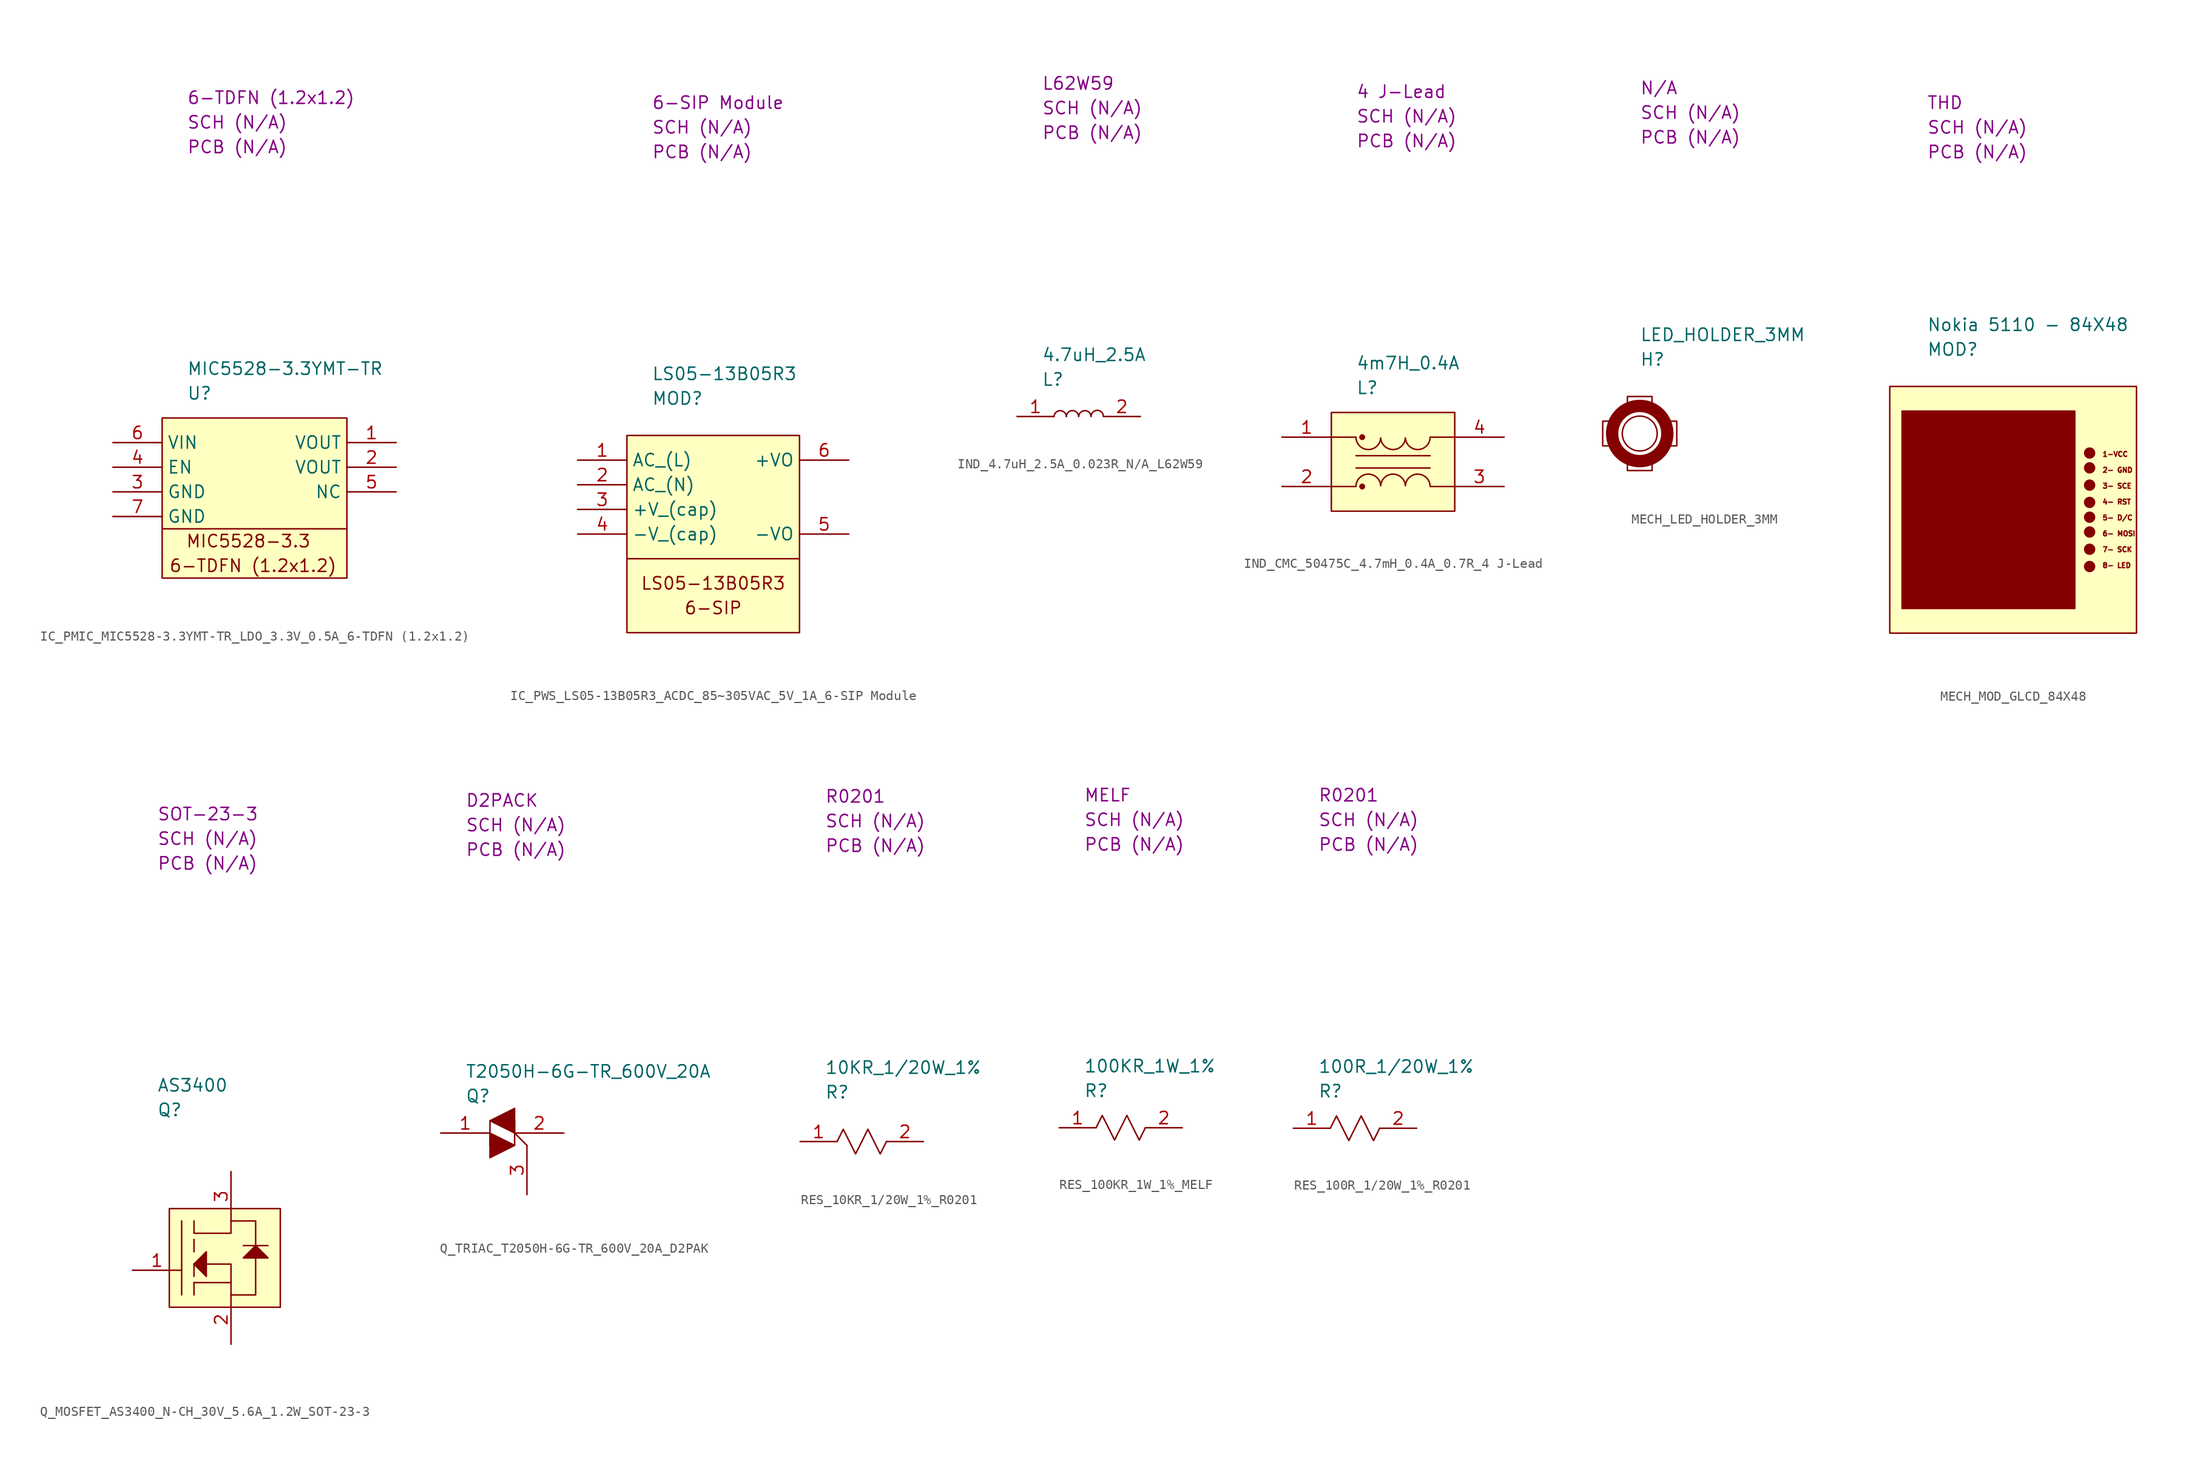
<source format=kicad_sym>
(kicad_symbol_lib
  (version 20220914)
  (generator kicad_symbol_editor)
  (symbol "IC_PMIC_MIC5528-3.3YMT-TR_LDO_3.3V_0.5A_6-TDFN (1.2x1.2)"
    (property "Reference" "U"
      (at 2.54 2.54 0)
      (effects (font (size 1.27 1.27)) (justify left)))
    (property "Value" "MIC5528-3.3YMT-TR"
      (at 2.54 5.08 0)
      (effects (font (size 1.27 1.27)) (justify left)))
    (property "SCH CHECK" "SCH (N/A)"
      (at 2.54 30.48 0)
      (effects (font (size 1.27 1.27)) (justify left)))
    (property "Package" "6-TDFN (1.2x1.2)"
      (at 2.54 33.02 0)
      (effects (font (size 1.27 1.27)) (justify left)))
    (property "PCB CHECk" "PCB (N/A)"
      (at 2.54 27.94 0)
      (effects (font (size 1.27 1.27)) (justify left)))
    (symbol "IC_PMIC_MIC5528-3.3YMT-TR_LDO_3.3V_0.5A_6-TDFN (1.2x1.2)_0_0"
      (polyline (pts (xy 0 -11.43) (xy 19.05 -11.43)) (stroke (width 0) (type default)) (fill (type none)))
      (rectangle (start 0 0) (end 19.05 -16.51) (stroke (width 0) (type default)) (fill (type background)))
      (text " 6-TDFN (1.2x1.2)" (at 8.89 -15.24 0) (effects (font (size 1.27 1.27))))
      (text "MIC5528-3.3" (at 8.89 -12.7 0) (effects (font (size 1.27 1.27)))))
    (symbol "IC_PMIC_MIC5528-3.3YMT-TR_LDO_3.3V_0.5A_6-TDFN (1.2x1.2)_1_1"
      (pin passive line (at 24.13 -2.54 180) (length 5.08) (name "VOUT" (effects (font (size 1.27 1.27)))) (number "1" (effects (font (size 1.27 1.27)))))
      (pin passive line (at 24.13 -5.08 180) (length 5.08) (name "VOUT" (effects (font (size 1.27 1.27)))) (number "2" (effects (font (size 1.27 1.27)))))
      (pin passive line (at -5.08 -7.62 0) (length 5.08) (name "GND" (effects (font (size 1.27 1.27)))) (number "3" (effects (font (size 1.27 1.27)))))
      (pin passive line (at -5.08 -5.08 0) (length 5.08) (name "EN" (effects (font (size 1.27 1.27)))) (number "4" (effects (font (size 1.27 1.27)))))
      (pin passive line (at 24.13 -7.62 180) (length 5.08) (name "NC" (effects (font (size 1.27 1.27)))) (number "5" (effects (font (size 1.27 1.27)))))
      (pin passive line (at -5.08 -2.54 0) (length 5.08) (name "VIN" (effects (font (size 1.27 1.27)))) (number "6" (effects (font (size 1.27 1.27)))))
      (pin passive line (at -5.08 -10.16 0) (length 5.08) (name "GND" (effects (font (size 1.27 1.27)))) (number "7" (effects (font (size 1.27 1.27)))))))
  (symbol "IC_PWS_LS05-13B05R3_ACDC_85~305VAC_5V_1A_6-SIP Module"
    (property "Reference" "MOD"
      (at 2.54 3.81 0)
      (effects (font (size 1.27 1.27)) (justify left)))
    (property "Value" "LS05-13B05R3"
      (at 2.54 6.35 0)
      (effects (font (size 1.27 1.27)) (justify left)))
    (property "SCH CHECK" "SCH (N/A)"
      (at 2.54 31.75 0)
      (effects (font (size 1.27 1.27)) (justify left)))
    (property "Package" "6-SIP Module"
      (at 2.54 34.29 0)
      (effects (font (size 1.27 1.27)) (justify left)))
    (property "PCB CHECk" "PCB (N/A)"
      (at 2.54 29.21 0)
      (effects (font (size 1.27 1.27)) (justify left)))
    (symbol "IC_PWS_LS05-13B05R3_ACDC_85~305VAC_5V_1A_6-SIP Module_0_0"
      (text "6-SIP" (at 8.89 -17.78 0) (effects (font (size 1.27 1.27))))
      (text "LS05-13B05R3" (at 8.89 -15.24 0) (effects (font (size 1.27 1.27)))))
    (symbol "IC_PWS_LS05-13B05R3_ACDC_85~305VAC_5V_1A_6-SIP Module_0_1"
      (polyline (pts (xy 0 -12.7) (xy 17.78 -12.7)) (stroke (width 0) (type default)) (fill (type none)))
      (rectangle (start 0 0) (end 17.78 -20.32) (stroke (width 0) (type default)) (fill (type background))))
    (symbol "IC_PWS_LS05-13B05R3_ACDC_85~305VAC_5V_1A_6-SIP Module_1_1"
      (pin passive line (at -5.08 -2.54 0) (length 5.08) (name "AC_(L)" (effects (font (size 1.27 1.27)))) (number "1" (effects (font (size 1.27 1.27)))))
      (pin passive line (at -5.08 -5.08 0) (length 5.08) (name "AC_(N)" (effects (font (size 1.27 1.27)))) (number "2" (effects (font (size 1.27 1.27)))))
      (pin passive line (at -5.08 -7.62 0) (length 5.08) (name "+V_(cap)" (effects (font (size 1.27 1.27)))) (number "3" (effects (font (size 1.27 1.27)))))
      (pin passive line (at -5.08 -10.16 0) (length 5.08) (name "-V_(cap)" (effects (font (size 1.27 1.27)))) (number "4" (effects (font (size 1.27 1.27)))))
      (pin passive line (at 22.86 -10.16 180) (length 5.08) (name "-VO" (effects (font (size 1.27 1.27)))) (number "5" (effects (font (size 1.27 1.27)))))
      (pin passive line (at 22.86 -2.54 180) (length 5.08) (name "+VO" (effects (font (size 1.27 1.27)))) (number "6" (effects (font (size 1.27 1.27)))))))
  (symbol "IND_4.7uH_2.5A_0.023R_N/A_L62W59"
    (property "Reference" "L"
      (at 2.54 3.81 0)
      (effects (font (size 1.27 1.27)) (justify left)))
    (property "Value" "4.7uH_2.5A"
      (at 2.54 6.35 0)
      (effects (font (size 1.27 1.27)) (justify left)))
    (property "SCH CHECK" "SCH (N/A)"
      (at 2.54 31.75 0)
      (effects (font (size 1.27 1.27)) (justify left)))
    (property "Package" "L62W59"
      (at 2.54 34.29 0)
      (effects (font (size 1.27 1.27)) (justify left)))
    (property "PCB CHECk" "PCB (N/A)"
      (at 2.54 29.21 0)
      (effects (font (size 1.27 1.27)) (justify left)))
    (symbol "IND_4.7uH_2.5A_0.023R_N/A_L62W59_0_1"
      (arc (start 5.08 0) (mid 4.445 0.6021) (end 3.81 0) (stroke (width 0) (type default)) (fill (type none)))
      (arc (start 6.3444 0.0087) (mid 5.7094 0.6108) (end 5.0744 0.0087) (stroke (width 0) (type default)) (fill (type none)))
      (arc (start 7.6226 0.0021) (mid 6.9876 0.6042) (end 6.3526 0.0021) (stroke (width 0) (type default)) (fill (type none)))
      (arc (start 8.8943 0.0338) (mid 8.2593 0.6359) (end 7.6243 0.0338) (stroke (width 0) (type default)) (fill (type none))))
    (symbol "IND_4.7uH_2.5A_0.023R_N/A_L62W59_1_1"
      (pin passive line (at 0 0 0) (length 3.81) (name "" (effects (font (size 1.27 1.27)))) (number "1" (effects (font (size 1.27 1.27)))))
      (pin passive line (at 12.7 0 180) (length 3.81) (name "" (effects (font (size 1.27 1.27)))) (number "2" (effects (font (size 1.27 1.27)))))))
  (symbol "IND_CMC_50475C_4.7mH_0.4A_0.7R_4 J-Lead"
    (property "Reference" "L"
      (at 2.54 2.54 0)
      (effects (font (size 1.27 1.27)) (justify left)))
    (property "Value" "4m7H_0.4A"
      (at 2.54 5.08 0)
      (effects (font (size 1.27 1.27)) (justify left)))
    (property "SCH CHECK" "SCH (N/A)"
      (at 2.54 30.48 0)
      (effects (font (size 1.27 1.27)) (justify left)))
    (property "Package" "4 J-Lead"
      (at 2.54 33.02 0)
      (effects (font (size 1.27 1.27)) (justify left)))
    (property "PCB CHECk" "PCB (N/A)"
      (at 2.54 27.94 0)
      (effects (font (size 1.27 1.27)) (justify left)))
    (symbol "IND_CMC_50475C_4.7mH_0.4A_0.7R_4 J-Lead_0_1"
      (polyline (pts (xy 0 -2.54) (xy 2.54 -2.54)) (stroke (width 0) (type default)) (fill (type none)))
      (polyline (pts (xy 2.54 -7.62) (xy 0 -7.62)) (stroke (width 0) (type default)) (fill (type none)))
      (polyline (pts (xy 2.54 -5.715) (xy 10.16 -5.715)) (stroke (width 0) (type default)) (fill (type none)))
      (polyline (pts (xy 2.54 -4.445) (xy 10.16 -4.445)) (stroke (width 0) (type default)) (fill (type none)))
      (polyline (pts (xy 10.16 -2.54) (xy 12.7 -2.54)) (stroke (width 0) (type default)) (fill (type none)))
      (polyline (pts (xy 12.7 -7.62) (xy 10.16 -7.62)) (stroke (width 0) (type default)) (fill (type none)))
      (rectangle (start 0 0) (end 12.7 -10.16) (stroke (width 0) (type default)) (fill (type background)))
      (arc (start 2.54 -2.6396) (mid 3.81 -3.8139) (end 5.08 -2.6396) (stroke (width 0) (type default)) (fill (type none)))
      (circle (center 3.175 -7.62) (radius 0.231) (stroke (width 0) (type default)) (fill (type outline)))
      (circle (center 3.175 -2.54) (radius 0.231) (stroke (width 0) (type default)) (fill (type outline)))
      (arc (start 5.08 -7.5204) (mid 3.81 -6.3461) (end 2.54 -7.5204) (stroke (width 0) (type default)) (fill (type none)))
      (arc (start 5.08 -2.6396) (mid 6.35 -3.8139) (end 7.62 -2.6396) (stroke (width 0) (type default)) (fill (type none)))
      (arc (start 7.62 -7.5204) (mid 6.35 -6.3461) (end 5.08 -7.5204) (stroke (width 0) (type default)) (fill (type none)))
      (arc (start 7.62 -2.6396) (mid 8.89 -3.8139) (end 10.16 -2.6396) (stroke (width 0) (type default)) (fill (type none)))
      (arc (start 10.16 -7.5204) (mid 8.89 -6.3461) (end 7.62 -7.5204) (stroke (width 0) (type default)) (fill (type none))))
    (symbol "IND_CMC_50475C_4.7mH_0.4A_0.7R_4 J-Lead_1_1"
      (pin passive line (at -5.08 -2.54 0) (length 5.08) (name "" (effects (font (size 1.27 1.27)))) (number "1" (effects (font (size 1.27 1.27)))))
      (pin passive line (at -5.08 -7.62 0) (length 5.08) (name "" (effects (font (size 1.27 1.27)))) (number "2" (effects (font (size 1.27 1.27)))))
      (pin passive line (at 17.78 -7.62 180) (length 5.08) (name "" (effects (font (size 1.27 1.27)))) (number "3" (effects (font (size 1.27 1.27)))))
      (pin passive line (at 17.78 -2.54 180) (length 5.08) (name "" (effects (font (size 1.27 1.27)))) (number "4" (effects (font (size 1.27 1.27)))))))
  (symbol "MECH_LED_HOLDER_3MM"
    (property "Reference" "H"
      (at 3.81 3.81 0)
      (effects (font (size 1.27 1.27)) (justify left)))
    (property "Value" "LED_HOLDER_3MM"
      (at 3.81 6.35 0)
      (effects (font (size 1.27 1.27)) (justify left)))
    (property "SCH CHECK" "SCH (N/A)"
      (at 3.81 29.21 0)
      (effects (font (size 1.27 1.27)) (justify left)))
    (property "Package" "N/A"
      (at 3.81 31.75 0)
      (effects (font (size 1.27 1.27)) (justify left)))
    (property "PCB CHECk" "PCB (N/A)"
      (at 3.81 26.67 0)
      (effects (font (size 1.27 1.27)) (justify left)))
    (symbol "MECH_LED_HOLDER_3MM_0_1"
      (polyline (pts (xy 1.27 -5.08) (xy 0 -5.08) (xy 0 -2.54) (xy 1.27 -2.54)) (stroke (width 0) (type default)) (fill (type none)))
      (polyline (pts (xy 2.54 -1.27) (xy 2.54 0) (xy 5.08 0) (xy 5.08 -1.27)) (stroke (width 0) (type default)) (fill (type none)))
      (polyline (pts (xy 5.08 -6.35) (xy 5.08 -7.62) (xy 2.54 -7.62) (xy 2.54 -6.35)) (stroke (width 0) (type default)) (fill (type none)))
      (polyline (pts (xy 6.35 -2.54) (xy 7.62 -2.54) (xy 7.62 -5.08) (xy 6.35 -5.08)) (stroke (width 0) (type default)) (fill (type none)))
      (circle (center 3.81 -3.81) (radius 1.796) (stroke (width 0) (type default)) (fill (type none)))
      (circle (center 3.81 -3.81) (radius 2.84) (stroke (width 1.27) (type default)) (fill (type none)))))
  (symbol "MECH_MOD_GLCD_84X48"
    (property "Reference" "MOD"
      (at 3.81 3.81 0)
      (effects (font (size 1.27 1.27)) (justify left)))
    (property "Value" "Nokia 5110 - 84X48"
      (at 3.81 6.35 0)
      (effects (font (size 1.27 1.27)) (justify left)))
    (property "SCH CHECK" "SCH (N/A)"
      (at 3.81 26.67 0)
      (effects (font (size 1.27 1.27)) (justify left)))
    (property "Package" "THD"
      (at 3.81 29.21 0)
      (effects (font (size 1.27 1.27)) (justify left)))
    (property "PCB CHECk" "PCB (N/A)"
      (at 3.81 24.13 0)
      (effects (font (size 1.27 1.27)) (justify left)))
    (symbol "MECH_MOD_GLCD_84X48_0_1"
      (rectangle (start 0 0) (end 25.4 -25.4) (stroke (width 0) (type default)) (fill (type background)))
      (rectangle (start 1.27 -2.54) (end 19.05 -22.86) (stroke (width 0) (type default)) (fill (type outline)))
      (circle (center 20.574 -18.542) (radius 0.508) (stroke (width 0) (type default)) (fill (type outline)))
      (circle (center 20.574 -16.764) (radius 0.508) (stroke (width 0) (type default)) (fill (type outline)))
      (circle (center 20.574 -14.986) (radius 0.508) (stroke (width 0) (type default)) (fill (type outline)))
      (circle (center 20.574 -13.462) (radius 0.508) (stroke (width 0) (type default)) (fill (type outline)))
      (circle (center 20.574 -11.938) (radius 0.508) (stroke (width 0) (type default)) (fill (type outline)))
      (circle (center 20.574 -10.16) (radius 0.508) (stroke (width 0) (type default)) (fill (type outline)))
      (circle (center 20.574 -8.382) (radius 0.508) (stroke (width 0) (type default)) (fill (type outline)))
      (circle (center 20.574 -6.858) (radius 0.508) (stroke (width 0) (type default)) (fill (type outline)))
      (text "1-VCC\n\n2- GND\n\n3- SCE\n\n4- RST\n\n5- D/C\n\n6- MOSI\n\n7- SCK\n\n8- LED" (at 21.844 -12.7 0) (effects (font (size 0.508 0.508)) (justify left)))))
  (symbol "Q_MOSFET_AS3400_N-CH_30V_5.6A_1.2W_SOT-23-3"
    (property "Reference" "Q"
      (at 2.54 6.35 0)
      (effects (font (size 1.27 1.27)) (justify left)))
    (property "Value" "AS3400"
      (at 2.54 8.89 0)
      (effects (font (size 1.27 1.27)) (justify left)))
    (property "SCH CHECK" "SCH (N/A)"
      (at 2.54 34.29 0)
      (effects (font (size 1.27 1.27)) (justify left)))
    (property "Package" "SOT-23-3"
      (at 2.54 36.83 0)
      (effects (font (size 1.27 1.27)) (justify left)))
    (property "PCB CHECk" "PCB (N/A)"
      (at 2.54 31.75 0)
      (effects (font (size 1.27 1.27)) (justify left)))
    (symbol "Q_MOSFET_AS3400_N-CH_30V_5.6A_1.2W_SOT-23-3_0_1"
      (polyline (pts (xy 5.08 -5.08) (xy 5.08 -12.7)) (stroke (width 0) (type default)) (fill (type none)))
      (polyline (pts (xy 6.35 -11.43) (xy 6.35 -12.7)) (stroke (width 0) (type default)) (fill (type none)))
      (polyline (pts (xy 6.35 -9.525) (xy 6.35 -10.795)) (stroke (width 0) (type default)) (fill (type none)))
      (polyline (pts (xy 6.35 -6.985) (xy 6.35 -8.255)) (stroke (width 0) (type default)) (fill (type none)))
      (polyline (pts (xy 6.35 -5.08) (xy 6.35 -6.35)) (stroke (width 0) (type default)) (fill (type none)))
      (polyline (pts (xy 11.43 -7.62) (xy 13.97 -7.62)) (stroke (width 0) (type default)) (fill (type none)))
      (polyline (pts (xy 6.35 -11.43) (xy 10.16 -11.43) (xy 10.16 -12.7)) (stroke (width 0) (type default)) (fill (type none)))
      (polyline (pts (xy 6.35 -6.35) (xy 10.16 -6.35) (xy 10.16 -5.08)) (stroke (width 0) (type default)) (fill (type none)))
      (polyline (pts (xy 10.16 -11.43) (xy 10.16 -9.525) (xy 6.35 -9.525)) (stroke (width 0) (type default)) (fill (type none)))
      (polyline (pts (xy 7.62 -8.255) (xy 6.35 -9.525) (xy 7.62 -10.795) (xy 7.62 -8.255)) (stroke (width 0) (type default)) (fill (type outline)))
      (polyline (pts (xy 10.16 -12.7) (xy 12.7 -12.7) (xy 12.7 -5.08) (xy 10.16 -5.08)) (stroke (width 0) (type default)) (fill (type none)))
      (polyline (pts (xy 11.43 -8.89) (xy 12.7 -7.62) (xy 13.97 -8.89) (xy 11.43 -8.89)) (stroke (width 0) (type default)) (fill (type outline)))
      (rectangle (start 3.81 -3.81) (end 15.24 -13.97) (stroke (width 0) (type default)) (fill (type background))))
    (symbol "Q_MOSFET_AS3400_N-CH_30V_5.6A_1.2W_SOT-23-3_1_1"
      (pin passive line (at 0 -10.16 0) (length 5.08) (name "" (effects (font (size 1.27 1.27)))) (number "1" (effects (font (size 1.27 1.27)))))
      (pin passive line (at 10.16 -17.78 90) (length 5.08) (name "" (effects (font (size 1.27 1.27)))) (number "2" (effects (font (size 1.27 1.27)))))
      (pin passive line (at 10.16 0 270) (length 5.08) (name "" (effects (font (size 1.27 1.27)))) (number "3" (effects (font (size 1.27 1.27)))))))
  (symbol "Q_TRIAC_T2050H-6G-TR_600V_20A_D2PAK"
    (property "Reference" "Q"
      (at 2.54 3.81 0)
      (effects (font (size 1.27 1.27)) (justify left)))
    (property "Value" "T2050H-6G-TR_600V_20A"
      (at 2.54 6.35 0)
      (effects (font (size 1.27 1.27)) (justify left)))
    (property "SCH CHECK" "SCH (N/A)"
      (at 2.54 31.75 0)
      (effects (font (size 1.27 1.27)) (justify left)))
    (property "Package" "D2PACK"
      (at 2.54 34.29 0)
      (effects (font (size 1.27 1.27)) (justify left)))
    (property "PCB CHECk" "PCB (N/A)"
      (at 2.54 29.21 0)
      (effects (font (size 1.27 1.27)) (justify left)))
    (symbol "Q_TRIAC_T2050H-6G-TR_600V_20A_D2PAK_0_1"
      (polyline (pts (xy 5.08 1.27) (xy 5.08 -1.27)) (stroke (width 0) (type default)) (fill (type none)))
      (polyline (pts (xy 7.62 0) (xy 8.89 -1.27)) (stroke (width 0) (type default)) (fill (type none)))
      (polyline (pts (xy 7.62 1.27) (xy 7.62 -1.27)) (stroke (width 0) (type default)) (fill (type none)))
      (polyline (pts (xy 5.08 0) (xy 7.62 -1.27) (xy 5.08 -2.54) (xy 5.08 0)) (stroke (width 0) (type default)) (fill (type outline)))
      (polyline (pts (xy 5.08 1.27) (xy 7.62 0) (xy 7.62 2.54) (xy 5.08 1.27)) (stroke (width 0) (type default)) (fill (type outline))))
    (symbol "Q_TRIAC_T2050H-6G-TR_600V_20A_D2PAK_1_1"
      (pin passive line (at 0 0 0) (length 5.08) (name "" (effects (font (size 1.27 1.27)))) (number "1" (effects (font (size 1.27 1.27)))))
      (pin passive line (at 12.7 0 180) (length 5.08) (name "" (effects (font (size 1.27 1.27)))) (number "2" (effects (font (size 1.27 1.27)))))
      (pin passive line (at 8.89 -6.35 90) (length 5.08) (name "" (effects (font (size 1.27 1.27)))) (number "3" (effects (font (size 1.27 1.27)))))))
  (symbol "RES_10KR_1/20W_1%_R0201"
    (property "Reference" "R"
      (at 2.54 5.08 0)
      (effects (font (size 1.27 1.27)) (justify left)))
    (property "Value" "10KR_1/20W_1%"
      (at 2.54 7.62 0)
      (effects (font (size 1.27 1.27)) (justify left)))
    (property "SCH CHECK" "SCH (N/A)"
      (at 2.54 33.02 0)
      (effects (font (size 1.27 1.27)) (justify left)))
    (property "Package" "R0201"
      (at 2.54 35.56 0)
      (effects (font (size 1.27 1.27)) (justify left)))
    (property "PCB CHECk" "PCB (N/A)"
      (at 2.54 30.48 0)
      (effects (font (size 1.27 1.27)) (justify left)))
    (symbol "RES_10KR_1/20W_1%_R0201_0_0"
      (polyline (pts (xy 3.81 0) (xy 4.445 1.27) (xy 5.715 -1.27) (xy 6.985 1.27) (xy 8.255 -1.27) (xy 8.89 0)) (stroke (width 0) (type default)) (fill (type none))))
    (symbol "RES_10KR_1/20W_1%_R0201_1_1"
      (pin passive line (at 0 0 0) (length 3.81) (name "" (effects (font (size 1.27 1.27)))) (number "1" (effects (font (size 1.27 1.27)))))
      (pin passive line (at 12.7 0 180) (length 3.81) (name "" (effects (font (size 1.27 1.27)))) (number "2" (effects (font (size 1.27 1.27)))))))
  (symbol "RES_100KR_1W_1%_MELF"
    (property "Reference" "R"
      (at 2.54 3.81 0)
      (effects (font (size 1.27 1.27)) (justify left)))
    (property "Value" "100KR_1W_1%"
      (at 2.54 6.35 0)
      (effects (font (size 1.27 1.27)) (justify left)))
    (property "SCH CHECK" "SCH (N/A)"
      (at 2.54 31.75 0)
      (effects (font (size 1.27 1.27)) (justify left)))
    (property "Package" "MELF"
      (at 2.54 34.29 0)
      (effects (font (size 1.27 1.27)) (justify left)))
    (property "PCB CHECk" "PCB (N/A)"
      (at 2.54 29.21 0)
      (effects (font (size 1.27 1.27)) (justify left)))
    (symbol "RES_100KR_1W_1%_MELF_0_0"
      (polyline (pts (xy 3.81 0) (xy 4.445 1.27) (xy 5.715 -1.27) (xy 6.985 1.27) (xy 8.255 -1.27) (xy 8.89 0)) (stroke (width 0) (type default)) (fill (type none))))
    (symbol "RES_100KR_1W_1%_MELF_1_1"
      (pin passive line (at 0 0 0) (length 3.81) (name "" (effects (font (size 1.27 1.27)))) (number "1" (effects (font (size 1.27 1.27)))))
      (pin passive line (at 12.7 0 180) (length 3.81) (name "" (effects (font (size 1.27 1.27)))) (number "2" (effects (font (size 1.27 1.27)))))))
  (symbol "RES_100R_1/20W_1%_R0201"
    (property "Reference" "R"
      (at 2.54 3.81 0)
      (effects (font (size 1.27 1.27)) (justify left)))
    (property "Value" "100R_1/20W_1%"
      (at 2.54 6.35 0)
      (effects (font (size 1.27 1.27)) (justify left)))
    (property "SCH CHECK" "SCH (N/A)"
      (at 2.54 31.75 0)
      (effects (font (size 1.27 1.27)) (justify left)))
    (property "Package" "R0201"
      (at 2.54 34.29 0)
      (effects (font (size 1.27 1.27)) (justify left)))
    (property "PCB CHECk" "PCB (N/A)"
      (at 2.54 29.21 0)
      (effects (font (size 1.27 1.27)) (justify left)))
    (symbol "RES_100R_1/20W_1%_R0201_0_0"
      (polyline (pts (xy 3.81 0) (xy 4.445 1.27) (xy 5.715 -1.27) (xy 6.985 1.27) (xy 8.255 -1.27) (xy 8.89 0)) (stroke (width 0) (type default)) (fill (type none))))
    (symbol "RES_100R_1/20W_1%_R0201_1_1"
      (pin passive line (at 0 0 0) (length 3.81) (name "" (effects (font (size 1.27 1.27)))) (number "1" (effects (font (size 1.27 1.27)))))
      (pin passive line (at 12.7 0 180) (length 3.81) (name "" (effects (font (size 1.27 1.27)))) (number "2" (effects (font (size 1.27 1.27))))))))
</source>
